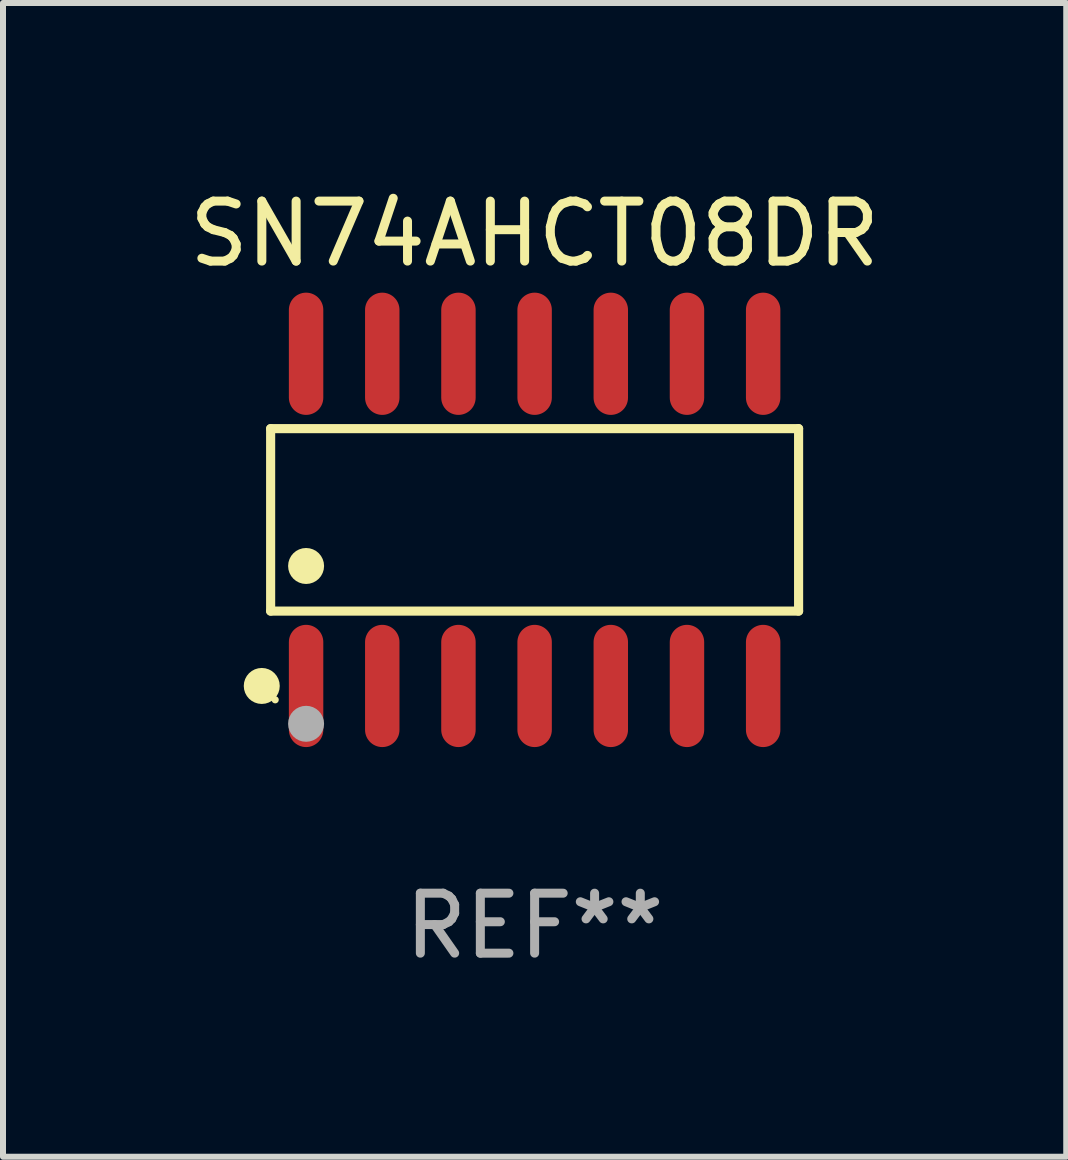
<source format=kicad_pcb>
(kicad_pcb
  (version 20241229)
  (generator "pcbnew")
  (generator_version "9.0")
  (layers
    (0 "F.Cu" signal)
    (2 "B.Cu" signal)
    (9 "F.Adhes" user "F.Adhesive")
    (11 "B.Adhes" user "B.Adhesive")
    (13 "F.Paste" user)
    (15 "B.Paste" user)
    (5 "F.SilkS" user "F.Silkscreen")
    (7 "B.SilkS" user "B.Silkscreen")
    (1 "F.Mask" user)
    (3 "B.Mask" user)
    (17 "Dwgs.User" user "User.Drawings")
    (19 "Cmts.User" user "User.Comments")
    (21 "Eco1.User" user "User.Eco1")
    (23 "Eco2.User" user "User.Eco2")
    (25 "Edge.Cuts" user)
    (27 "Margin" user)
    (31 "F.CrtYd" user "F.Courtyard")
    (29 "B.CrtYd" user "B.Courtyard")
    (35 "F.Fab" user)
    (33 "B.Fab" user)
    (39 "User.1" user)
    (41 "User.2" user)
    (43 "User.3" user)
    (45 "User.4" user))
  (footprint "SN74AHCT08DR"
    (layer "F.Cu")
    (at 5.863 5.617)
    (property "Reference" "SN74AHCT08DR" (at 0 -4.769 0) (layer "F.SilkS") (effects (font (size 1 1) (thickness 0.15))))
    (attr through_hole)
    (fp_line (start -4.401 -1.521) (end 4.401 -1.521) (stroke (width 0.152) (type solid)) (layer "F.SilkS"))
    (fp_line (start -4.401 1.521) (end -4.401 -1.521) (stroke (width 0.152) (type solid)) (layer "F.SilkS"))
    (fp_line (start 4.401 -1.521) (end 4.401 1.521) (stroke (width 0.152) (type solid)) (layer "F.SilkS"))
    (fp_line (start 4.401 1.521) (end -4.401 1.521) (stroke (width 0.152) (type solid)) (layer "F.SilkS"))
    (fp_circle (center -4.549 2.769) (end -4.399 2.769) (stroke (width 0.3) (type solid)) (fill no) (layer "F.SilkS"))
    (fp_circle (center -4.325 3) (end -4.295 3) (stroke (width 0.06) (type solid)) (fill no) (layer "F.SilkS"))
    (fp_circle (center -3.81 0.769) (end -3.66 0.769) (stroke (width 0.3) (type solid)) (fill no) (layer "F.SilkS"))
    (fp_circle (center -3.81 3.4) (end -3.66 3.4) (stroke (width 0.3) (type solid)) (fill no) (layer "F.Fab"))
    (fp_text user "REF**" (at 0 6.769 0) (layer "F.Fab") (effects (font (size 1 1) (thickness 0.15))))
    (pad "1" smd oval (at -3.81 2.769) (size 0.574 2.038) (layers "F.Cu" "F.Mask" "F.Paste"))
    (pad "2" smd oval (at -2.54 2.769) (size 0.574 2.038) (layers "F.Cu" "F.Mask" "F.Paste"))
    (pad "3" smd oval (at -1.27 2.769) (size 0.574 2.038) (layers "F.Cu" "F.Mask" "F.Paste"))
    (pad "4" smd oval (at 0 2.769) (size 0.574 2.038) (layers "F.Cu" "F.Mask" "F.Paste"))
    (pad "5" smd oval (at 1.27 2.769) (size 0.574 2.038) (layers "F.Cu" "F.Mask" "F.Paste"))
    (pad "6" smd oval (at 2.54 2.769) (size 0.574 2.038) (layers "F.Cu" "F.Mask" "F.Paste"))
    (pad "7" smd oval (at 3.81 2.769) (size 0.574 2.038) (layers "F.Cu" "F.Mask" "F.Paste"))
    (pad "8" smd oval (at 3.81 -2.769) (size 0.574 2.038) (layers "F.Cu" "F.Mask" "F.Paste"))
    (pad "9" smd oval (at 2.54 -2.769) (size 0.574 2.038) (layers "F.Cu" "F.Mask" "F.Paste"))
    (pad "10" smd oval (at 1.27 -2.769) (size 0.574 2.038) (layers "F.Cu" "F.Mask" "F.Paste"))
    (pad "11" smd oval (at 0 -2.769) (size 0.574 2.038) (layers "F.Cu" "F.Mask" "F.Paste"))
    (pad "12" smd oval (at -1.27 -2.769) (size 0.574 2.038) (layers "F.Cu" "F.Mask" "F.Paste"))
    (pad "13" smd oval (at -2.54 -2.769) (size 0.574 2.038) (layers "F.Cu" "F.Mask" "F.Paste"))
    (pad "14" smd oval (at -3.81 -2.769) (size 0.574 2.038) (layers "F.Cu" "F.Mask" "F.Paste")))
  (gr_rect
    (start -3 -3)
    (end 14.726 16.235)
    (stroke (width 0.1) (type default))
    (fill no)
    (layer "Edge.Cuts")))
</source>
